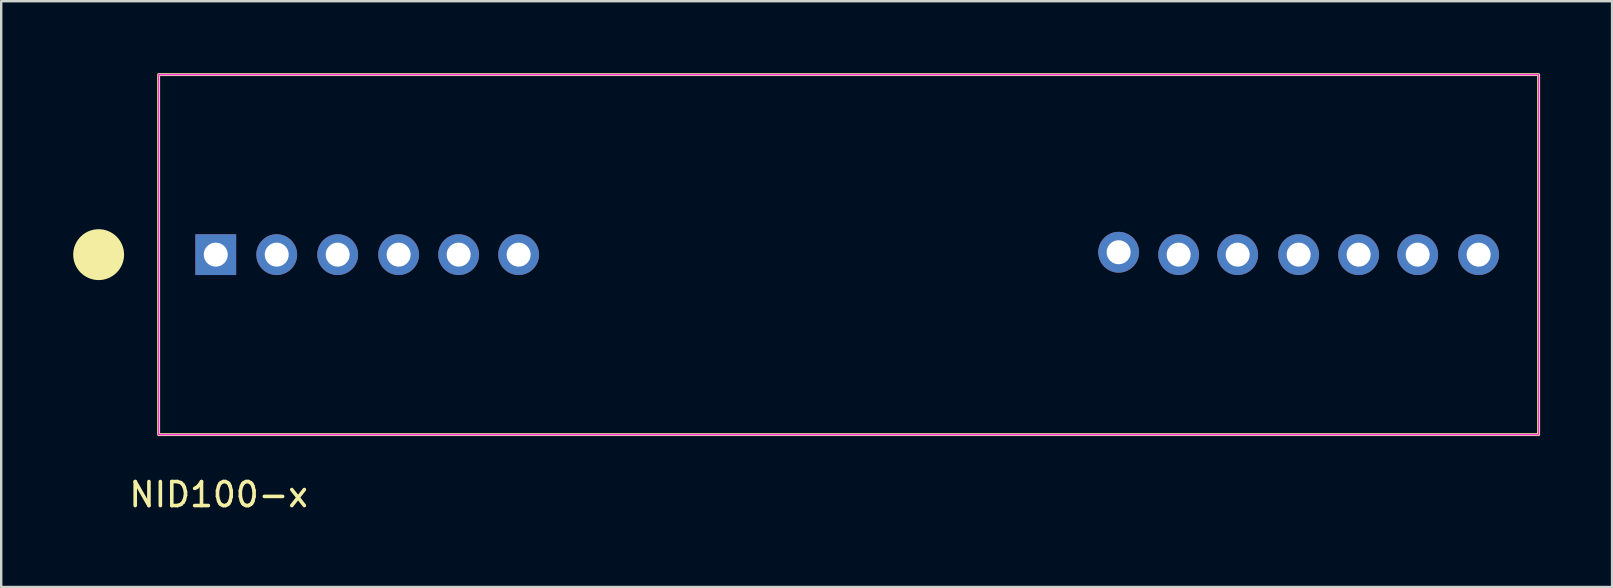
<source format=kicad_pcb>
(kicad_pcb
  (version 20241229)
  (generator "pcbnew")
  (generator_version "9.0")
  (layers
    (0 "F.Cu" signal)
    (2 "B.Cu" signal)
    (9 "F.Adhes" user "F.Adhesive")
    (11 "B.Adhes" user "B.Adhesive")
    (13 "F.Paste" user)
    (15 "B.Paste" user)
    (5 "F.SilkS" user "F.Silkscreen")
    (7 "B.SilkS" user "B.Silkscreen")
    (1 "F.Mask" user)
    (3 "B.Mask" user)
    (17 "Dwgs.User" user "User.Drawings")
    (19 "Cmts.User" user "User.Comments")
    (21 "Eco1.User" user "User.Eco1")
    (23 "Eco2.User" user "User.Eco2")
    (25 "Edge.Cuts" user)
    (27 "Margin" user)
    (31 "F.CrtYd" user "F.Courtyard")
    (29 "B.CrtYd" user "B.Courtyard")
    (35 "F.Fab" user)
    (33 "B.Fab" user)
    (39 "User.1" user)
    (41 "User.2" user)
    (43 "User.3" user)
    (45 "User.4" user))
  (footprint "NID100-x"
    (layer "F.Cu")
    (at 31.06 7.56)
    (property "Reference" "NID100-x" (at -25 10 0) (unlocked yes) (layer "F.SilkS") (effects (font (size 1 1) (thickness 0.15))))
    (attr through_hole)
    (fp_rect (start -27.5 -7.5) (end 30 7.5) (stroke (width 0.12) (type solid)) (fill no) (layer "F.SilkS"))
    (fp_circle (center -30 0) (end -29 0) (stroke (width 0.12) (type solid)) (fill yes) (layer "F.SilkS"))
    (fp_rect (start -27.5 -7.5) (end 30 7.5) (stroke (width 0.05) (type solid)) (fill no) (layer "F.CrtYd"))
    (pad "1,2,3,4" thru_hole rect (at -25.12 0 90) (size 1.7 1.7) (drill 1) (layers "*.Cu" "*.Mask"))
    (pad "1,2,3,4" thru_hole oval (at -22.58 0 90) (size 1.7 1.7) (drill 1) (layers "*.Cu" "*.Mask"))
    (pad "1,2,3,4" thru_hole oval (at -20.04 0 90) (size 1.7 1.7) (drill 1) (layers "*.Cu" "*.Mask"))
    (pad "1,2,3,4" thru_hole oval (at -17.5 0 90) (size 1.7 1.7) (drill 1) (layers "*.Cu" "*.Mask"))
    (pad "5,6,7,8" thru_hole oval (at -15 0 270) (size 1.7 1.7) (drill 1) (layers "*.Cu" "*.Mask"))
    (pad "5,6,7,8" thru_hole oval (at -12.5 0 90) (size 1.7 1.7) (drill 1) (layers "*.Cu" "*.Mask"))
    (pad "5,6,7,8" thru_hole oval (at 12.5 -0.1 90) (size 1.7 1.7) (drill 1) (layers "*.Cu" "*.Mask"))
    (pad "5,6,7,8" thru_hole oval (at 15 0 90) (size 1.7 1.7) (drill 1) (layers "*.Cu" "*.Mask"))
    (pad "9,10" thru_hole oval (at 17.46 0 90) (size 1.7 1.7) (drill 1) (layers "*.Cu" "*.Mask"))
    (pad "9,10" thru_hole oval (at 20 0 90) (size 1.7 1.7) (drill 1) (layers "*.Cu" "*.Mask"))
    (pad "12" thru_hole oval (at 22.5 0 180) (size 1.7 1.7) (drill 1) (layers "*.Cu" "*.Mask"))
    (pad "12" thru_hole oval (at 24.96 0 90) (size 1.7 1.7) (drill 1) (layers "*.Cu" "*.Mask"))
    (pad "13" thru_hole oval (at 27.5 0 90) (size 1.7 1.7) (drill 1) (layers "*.Cu" "*.Mask")))
  (gr_rect
    (start -3 -3)
    (end 64.12 21.408)
    (stroke (width 0.1) (type default))
    (fill no)
    (layer "Edge.Cuts")))
</source>
